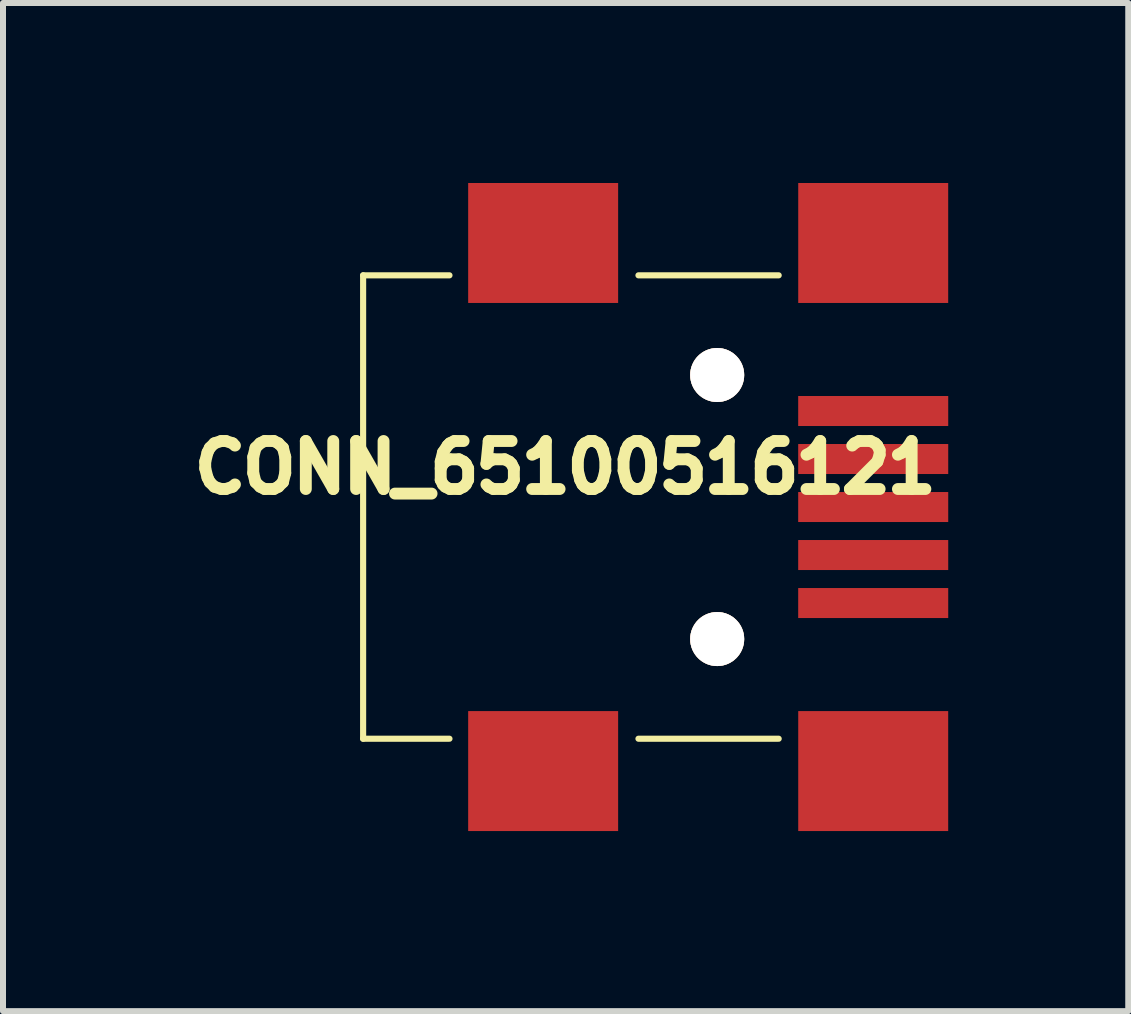
<source format=kicad_pcb>
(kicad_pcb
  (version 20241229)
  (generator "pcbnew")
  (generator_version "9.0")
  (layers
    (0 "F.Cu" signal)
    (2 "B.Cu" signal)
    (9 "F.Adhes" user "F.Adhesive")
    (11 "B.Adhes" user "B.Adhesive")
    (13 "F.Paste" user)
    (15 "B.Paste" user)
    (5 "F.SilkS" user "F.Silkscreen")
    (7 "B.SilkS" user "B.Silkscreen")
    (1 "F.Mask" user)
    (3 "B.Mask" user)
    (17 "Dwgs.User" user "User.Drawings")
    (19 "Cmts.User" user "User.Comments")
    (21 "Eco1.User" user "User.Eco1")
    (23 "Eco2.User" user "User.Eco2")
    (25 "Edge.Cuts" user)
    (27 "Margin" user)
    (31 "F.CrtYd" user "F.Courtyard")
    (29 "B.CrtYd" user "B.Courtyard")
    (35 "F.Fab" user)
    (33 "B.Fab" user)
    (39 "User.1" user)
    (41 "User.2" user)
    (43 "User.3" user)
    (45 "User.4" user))
  (footprint "CONN_65100516121"
    (layer "F.Cu")
    (at 11.501 5.399)
    (property "Reference" "CONN_65100516121" (at -5.131 -0.66 0) (layer "F.SilkS") (effects (font (size 0.8 0.8) (thickness 0.198))))
    (attr through_hole)
    (fp_line (start -8.5 -3.861) (end -8.5 3.861) (stroke (width 0.102) (type solid)) (layer "F.SilkS"))
    (fp_line (start -8.5 3.861) (end -7.061 3.861) (stroke (width 0.102) (type solid)) (layer "F.SilkS"))
    (fp_line (start -7.061 -3.861) (end -8.5 -3.861) (stroke (width 0.102) (type solid)) (layer "F.SilkS"))
    (fp_line (start -3.912 3.861) (end -1.575 3.861) (stroke (width 0.102) (type solid)) (layer "F.SilkS"))
    (fp_line (start -1.575 -3.861) (end -3.912 -3.861) (stroke (width 0.102) (type solid)) (layer "F.SilkS"))
    (pad "" np_thru_hole circle (at -2.6 -2.2) (size 0.9 0.9) (drill 0.9) (layers "*.Cu" "*.SilkS" "*.Mask"))
    (pad "" np_thru_hole circle (at -2.6 2.2) (size 0.9 0.9) (drill 0.9) (layers "*.Cu" "*.SilkS" "*.Mask"))
    (pad "1" smd rect (at 0 -1.6) (size 2.5 0.5) (layers "F.Cu" "F.Mask" "F.Paste"))
    (pad "2" smd rect (at 0 -0.8) (size 2.5 0.5) (layers "F.Cu" "F.Mask" "F.Paste"))
    (pad "3" smd rect (at 0 0) (size 2.5 0.5) (layers "F.Cu" "F.Mask" "F.Paste"))
    (pad "4" smd rect (at 0 0.8) (size 2.5 0.5) (layers "F.Cu" "F.Mask" "F.Paste"))
    (pad "5" smd rect (at 0 1.6) (size 2.5 0.5) (layers "F.Cu" "F.Mask" "F.Paste"))
    (pad "SHLD" smd rect (at -5.5 -4.4) (size 2.499 1.999) (layers "F.Cu" "F.Mask" "F.Paste"))
    (pad "SHLD" smd rect (at -5.5 4.4) (size 2.499 1.999) (layers "F.Cu" "F.Mask" "F.Paste"))
    (pad "SHLD" smd rect (at 0 -4.4) (size 2.499 1.999) (layers "F.Cu" "F.Mask" "F.Paste"))
    (pad "SHLD" smd rect (at 0 4.4) (size 2.499 1.999) (layers "F.Cu" "F.Mask" "F.Paste")))
  (gr_rect
    (start -3 -3)
    (end 15.751 13.799)
    (stroke (width 0.1) (type default))
    (fill no)
    (layer "Edge.Cuts")))
</source>
